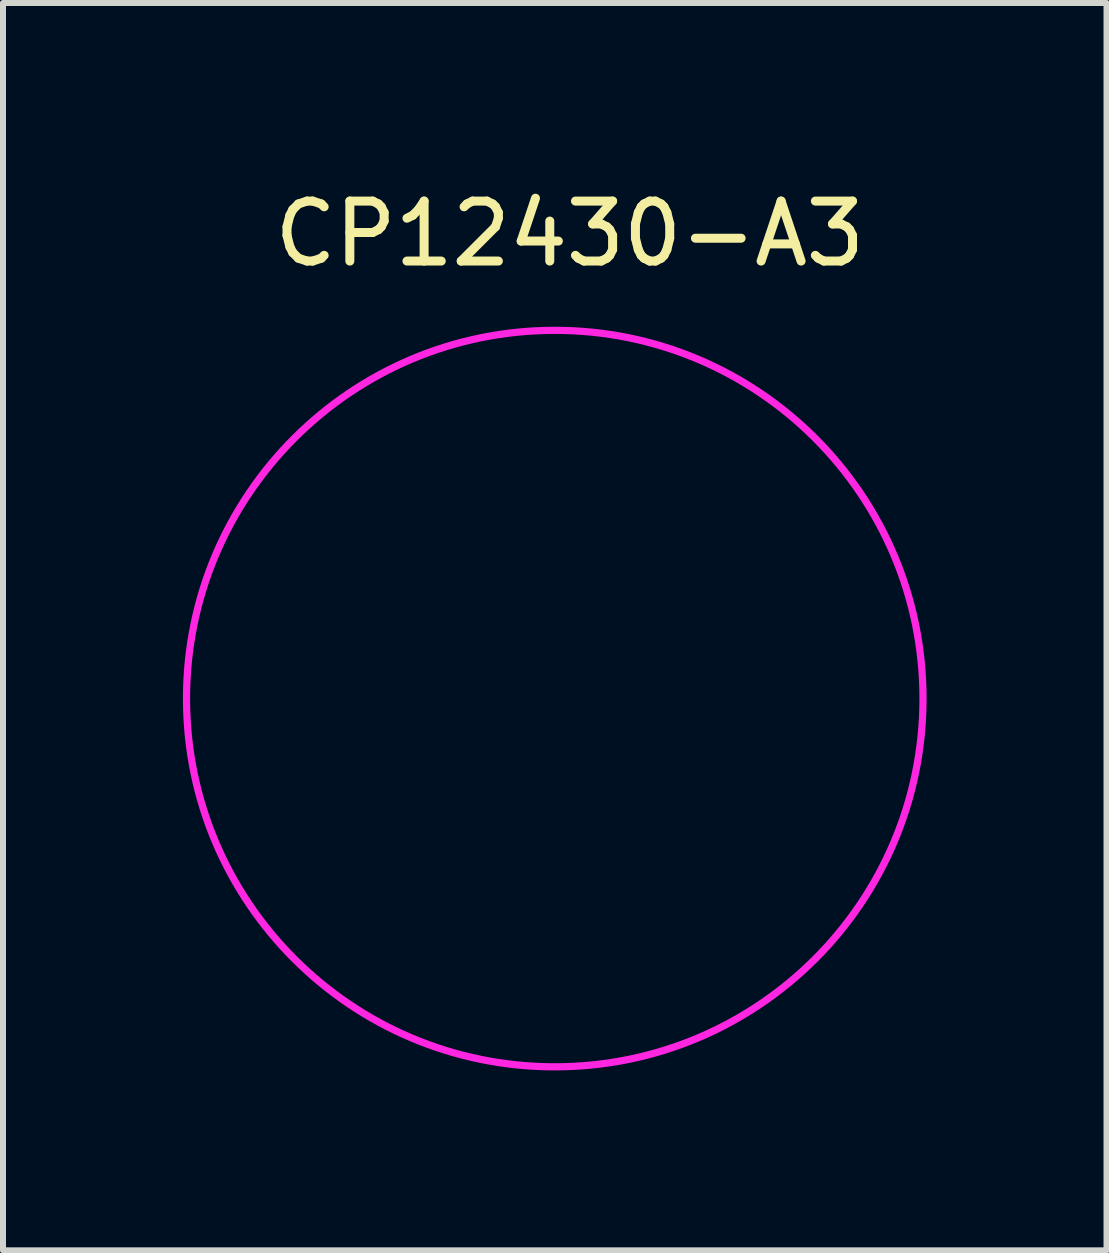
<source format=kicad_pcb>
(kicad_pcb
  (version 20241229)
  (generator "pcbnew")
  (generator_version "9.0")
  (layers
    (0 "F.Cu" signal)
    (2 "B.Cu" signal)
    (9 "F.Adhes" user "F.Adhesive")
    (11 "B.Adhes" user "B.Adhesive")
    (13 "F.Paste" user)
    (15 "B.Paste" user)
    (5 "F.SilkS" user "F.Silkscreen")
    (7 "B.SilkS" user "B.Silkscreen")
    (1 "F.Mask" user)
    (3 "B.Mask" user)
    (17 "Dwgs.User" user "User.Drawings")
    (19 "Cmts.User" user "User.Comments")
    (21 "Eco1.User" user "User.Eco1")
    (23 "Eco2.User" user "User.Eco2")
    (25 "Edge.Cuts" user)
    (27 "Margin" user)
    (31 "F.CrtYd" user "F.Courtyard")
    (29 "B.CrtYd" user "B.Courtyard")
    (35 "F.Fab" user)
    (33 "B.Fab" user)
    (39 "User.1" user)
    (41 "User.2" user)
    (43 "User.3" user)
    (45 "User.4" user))
  (footprint "CP12430-A3"
    (layer "F.Cu")
    (at 6.2 8.598)
    (property "Reference" "CP12430-A3" (at 0.25 -7.75 0) (layer "F.SilkS") (effects (font (size 1 1) (thickness 0.15))))
    (attr through_hole)
    (fp_circle (center 0 0) (end 6.14 0) (stroke (width 0.12) (type solid)) (fill no) (layer "F.CrtYd")))
  (gr_rect
    (start -3 -3)
    (end 15.4 17.798)
    (stroke (width 0.1) (type default))
    (fill no)
    (layer "Edge.Cuts")))
</source>
